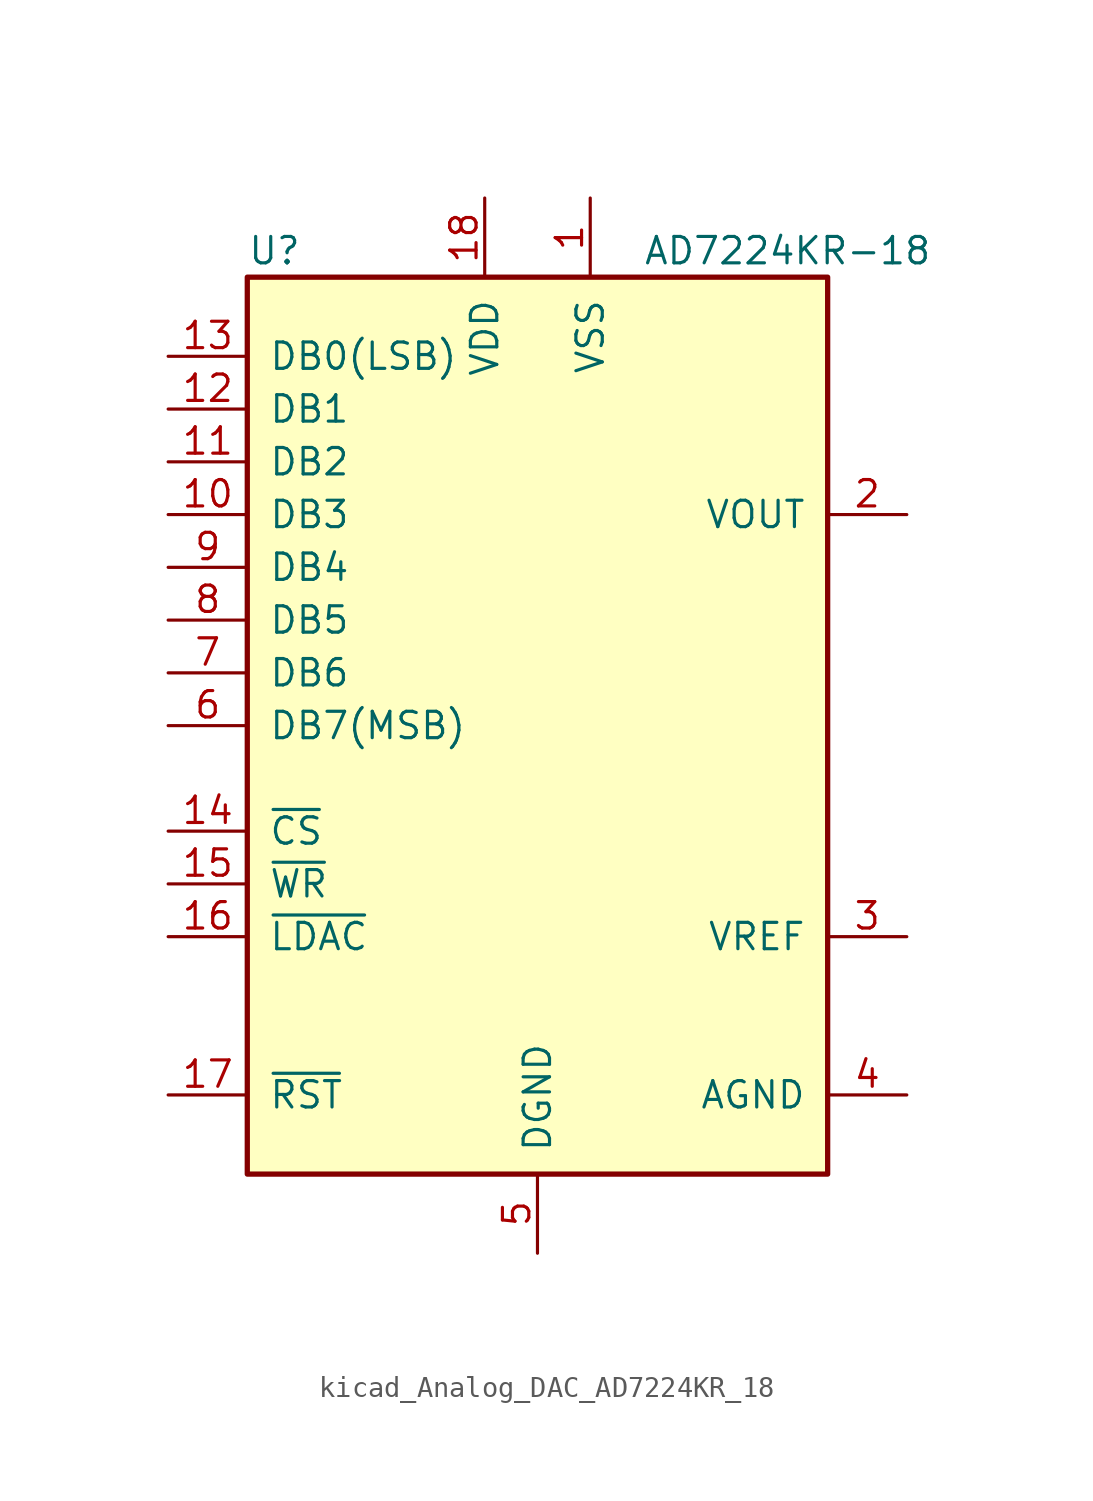
<source format=kicad_sym>
(kicad_symbol_lib
  (version 20220914)
  (generator kicad_symbol_editor)
  (symbol "kicad_Analog_DAC_AD7224KR_18"
    (pin_names
      (offset 1.016))
    (property "Reference" "U"
      (at -13.97 22.86 0)
      (effects (font (size 1.27 1.27)) (justify left)))
    (property "Value" "AD7224KR-18"
      (at 5.08 22.86 0)
      (effects (font (size 1.27 1.27)) (justify left)))
    (symbol "kicad_Analog_DAC_AD7224KR_18_1_1"
      (rectangle (start -13.97 -21.59) (end 13.97 21.59) (stroke (width 0.254) (type default)) (fill (type background)))
      (pin power_in line (at 2.54 25.4 270) (length 3.81) (name "VSS" (effects (font (size 1.27 1.27)))) (number "1" (effects (font (size 1.27 1.27)))))
      (pin input line (at -17.78 10.16 0) (length 3.81) (name "DB3" (effects (font (size 1.27 1.27)))) (number "10" (effects (font (size 1.27 1.27)))))
      (pin input line (at -17.78 12.7 0) (length 3.81) (name "DB2" (effects (font (size 1.27 1.27)))) (number "11" (effects (font (size 1.27 1.27)))))
      (pin input line (at -17.78 15.24 0) (length 3.81) (name "DB1" (effects (font (size 1.27 1.27)))) (number "12" (effects (font (size 1.27 1.27)))))
      (pin input line (at -17.78 17.78 0) (length 3.81) (name "DB0(LSB)" (effects (font (size 1.27 1.27)))) (number "13" (effects (font (size 1.27 1.27)))))
      (pin input line (at -17.78 -5.08 0) (length 3.81) (name "~{CS}" (effects (font (size 1.27 1.27)))) (number "14" (effects (font (size 1.27 1.27)))))
      (pin input line (at -17.78 -7.62 0) (length 3.81) (name "~{WR}" (effects (font (size 1.27 1.27)))) (number "15" (effects (font (size 1.27 1.27)))))
      (pin input line (at -17.78 -10.16 0) (length 3.81) (name "~{LDAC}" (effects (font (size 1.27 1.27)))) (number "16" (effects (font (size 1.27 1.27)))))
      (pin input line (at -17.78 -17.78 0) (length 3.81) (name "~{RST}" (effects (font (size 1.27 1.27)))) (number "17" (effects (font (size 1.27 1.27)))))
      (pin power_in line (at -2.54 25.4 270) (length 3.81) (name "VDD" (effects (font (size 1.27 1.27)))) (number "18" (effects (font (size 1.27 1.27)))))
      (pin output line (at 17.78 10.16 180) (length 3.81) (name "VOUT" (effects (font (size 1.27 1.27)))) (number "2" (effects (font (size 1.27 1.27)))))
      (pin passive line (at 17.78 -10.16 180) (length 3.81) (name "VREF" (effects (font (size 1.27 1.27)))) (number "3" (effects (font (size 1.27 1.27)))))
      (pin passive line (at 17.78 -17.78 180) (length 3.81) (name "AGND" (effects (font (size 1.27 1.27)))) (number "4" (effects (font (size 1.27 1.27)))))
      (pin power_in line (at 0 -25.4 90) (length 3.81) (name "DGND" (effects (font (size 1.27 1.27)))) (number "5" (effects (font (size 1.27 1.27)))))
      (pin input line (at -17.78 0 0) (length 3.81) (name "DB7(MSB)" (effects (font (size 1.27 1.27)))) (number "6" (effects (font (size 1.27 1.27)))))
      (pin input line (at -17.78 2.54 0) (length 3.81) (name "DB6" (effects (font (size 1.27 1.27)))) (number "7" (effects (font (size 1.27 1.27)))))
      (pin input line (at -17.78 5.08 0) (length 3.81) (name "DB5" (effects (font (size 1.27 1.27)))) (number "8" (effects (font (size 1.27 1.27)))))
      (pin input line (at -17.78 7.62 0) (length 3.81) (name "DB4" (effects (font (size 1.27 1.27)))) (number "9" (effects (font (size 1.27 1.27))))))))
</source>
